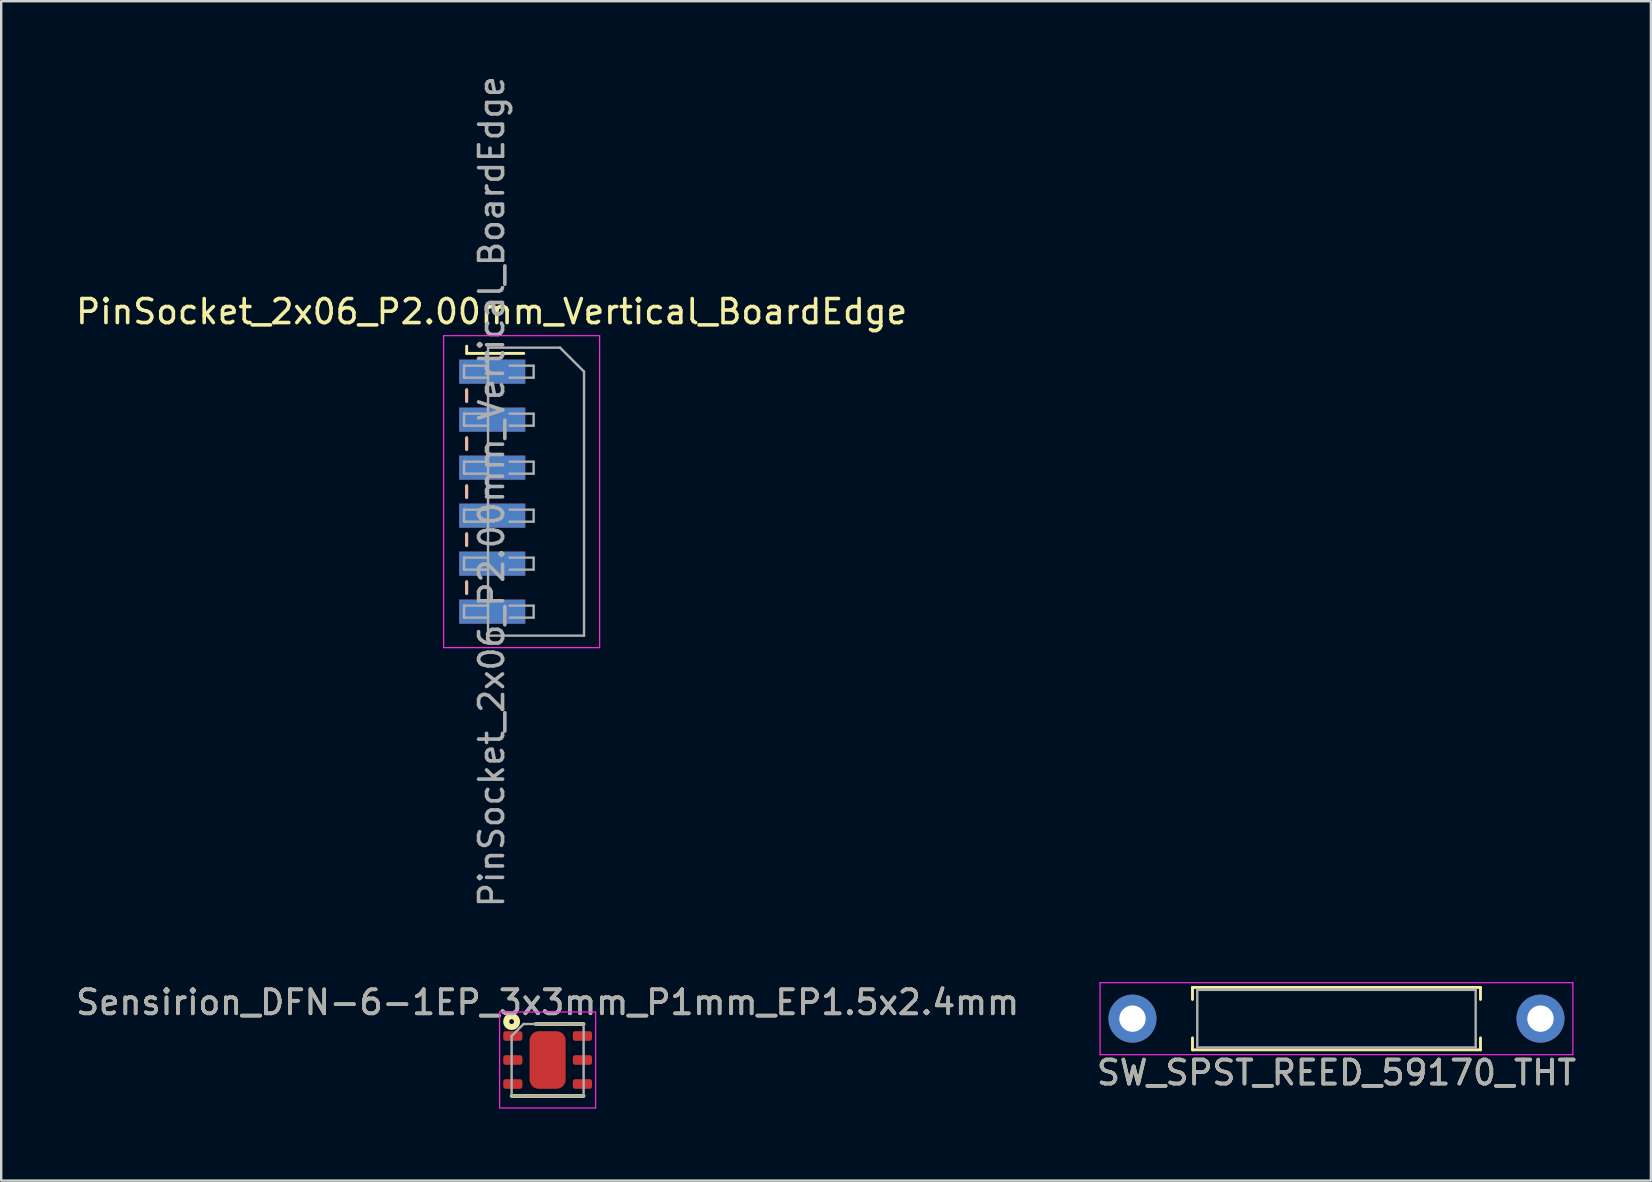
<source format=kicad_pcb>
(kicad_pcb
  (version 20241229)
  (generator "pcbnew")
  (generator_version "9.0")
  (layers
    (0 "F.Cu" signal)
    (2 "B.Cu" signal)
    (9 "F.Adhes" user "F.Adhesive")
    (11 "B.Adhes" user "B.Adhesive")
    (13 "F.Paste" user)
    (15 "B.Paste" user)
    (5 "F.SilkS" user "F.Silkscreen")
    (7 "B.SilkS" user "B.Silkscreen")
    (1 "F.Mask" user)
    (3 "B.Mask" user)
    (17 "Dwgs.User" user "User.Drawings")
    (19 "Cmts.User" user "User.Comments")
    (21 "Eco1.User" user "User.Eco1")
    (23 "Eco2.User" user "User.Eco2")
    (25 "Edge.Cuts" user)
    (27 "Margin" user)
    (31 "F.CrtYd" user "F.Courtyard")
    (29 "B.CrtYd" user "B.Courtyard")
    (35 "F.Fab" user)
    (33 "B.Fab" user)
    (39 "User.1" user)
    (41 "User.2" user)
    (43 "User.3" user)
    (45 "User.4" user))
  (footprint "SW_SPST_REED_59170_THT"
    (layer "F.Cu")
    (at 52.637 39.394)
    (property "Reference" "SW_SPST_REED_59170_THT" (at 0 2.25 0) (layer "F.SilkS") (effects (font (size 1 1) (thickness 0.15))))
    (attr through_hole)
    (fp_line (start -6 -1.3) (end -6 -0.8) (stroke (width 0.12) (type solid)) (layer "F.SilkS"))
    (fp_line (start -6 0.8) (end -6 1.3) (stroke (width 0.12) (type solid)) (layer "F.SilkS"))
    (fp_line (start -6 1.3) (end 6 1.3) (stroke (width 0.12) (type solid)) (layer "F.SilkS"))
    (fp_line (start 6 -1.3) (end -6 -1.3) (stroke (width 0.12) (type solid)) (layer "F.SilkS"))
    (fp_line (start 6 -0.8) (end 6 -1.3) (stroke (width 0.12) (type solid)) (layer "F.SilkS"))
    (fp_line (start 6 1.3) (end 6 0.8) (stroke (width 0.12) (type solid)) (layer "F.SilkS"))
    (fp_line (start -9.85 -1.5) (end 9.85 -1.5) (stroke (width 0.05) (type solid)) (layer "F.CrtYd"))
    (fp_line (start -9.85 1.5) (end -9.85 -1.5) (stroke (width 0.05) (type solid)) (layer "F.CrtYd"))
    (fp_line (start 9.85 -1.5) (end 9.85 1.5) (stroke (width 0.05) (type solid)) (layer "F.CrtYd"))
    (fp_line (start 9.85 1.5) (end -9.85 1.5) (stroke (width 0.05) (type solid)) (layer "F.CrtYd"))
    (fp_line (start -5.8 -1.2) (end 5.8 -1.2) (stroke (width 0.1) (type solid)) (layer "F.Fab"))
    (fp_line (start -5.8 1.2) (end -5.8 -1.2) (stroke (width 0.1) (type solid)) (layer "F.Fab"))
    (fp_line (start 5.8 -1.2) (end 5.8 1.2) (stroke (width 0.1) (type solid)) (layer "F.Fab"))
    (fp_line (start 5.8 1.2) (end -5.8 1.2) (stroke (width 0.1) (type solid)) (layer "F.Fab"))
    (fp_text user "${REFERENCE}" (at 0 2.25 0) (layer "F.Fab") (effects (font (size 1 1) (thickness 0.15))))
    (pad "1" thru_hole circle (at -8.5 0 90) (size 2 2) (drill 1.1) (layers "*.Cu" "*.Mask"))
    (pad "2" thru_hole circle (at 8.5 0 90) (size 2 2) (drill 1.1) (layers "*.Cu" "*.Mask")))
  (footprint "Sensirion_DFN-6-1EP_3x3mm_P1mm_EP1.5x2.4mm"
    (layer "F.Cu")
    (at 19.768 41.117)
    (property "Reference" "Sensirion_DFN-6-1EP_3x3mm_P1mm_EP1.5x2.4mm" (at 0 -2.4 0) (layer "F.SilkS") (effects (font (size 1 1) (thickness 0.15))))
    (attr smd)
    (fp_line (start -1.5 1.5) (end 1.5 1.5) (stroke (width 0.15) (type solid)) (layer "F.SilkS"))
    (fp_line (start -0.5 -1.5) (end 1.5 -1.5) (stroke (width 0.15) (type solid)) (layer "F.SilkS"))
    (fp_circle (center -1.5 -1.6) (end -1.4 -1.6) (stroke (width 0.25) (type solid)) (fill no) (layer "F.SilkS"))
    (fp_line (start -2 -2) (end -2 2) (stroke (width 0.05) (type solid)) (layer "F.CrtYd"))
    (fp_line (start -2 2) (end 2 2) (stroke (width 0.05) (type solid)) (layer "F.CrtYd"))
    (fp_line (start 2 -2) (end -2 -2) (stroke (width 0.05) (type solid)) (layer "F.CrtYd"))
    (fp_line (start 2 2) (end 2 -2) (stroke (width 0.05) (type solid)) (layer "F.CrtYd"))
    (fp_line (start -1.5 -1) (end -1 -1.5) (stroke (width 0.1) (type solid)) (layer "F.Fab"))
    (fp_line (start -1.5 1.5) (end -1.5 -1) (stroke (width 0.1) (type solid)) (layer "F.Fab"))
    (fp_line (start -1 -1.5) (end 1.5 -1.5) (stroke (width 0.1) (type solid)) (layer "F.Fab"))
    (fp_line (start 1.5 -1.5) (end 1.5 1.5) (stroke (width 0.1) (type solid)) (layer "F.Fab"))
    (fp_line (start 1.5 1.5) (end -1.5 1.5) (stroke (width 0.1) (type solid)) (layer "F.Fab"))
    (fp_text user "${REFERENCE}" (at 0 -2.4 0) (layer "F.Fab") (effects (font (size 1 1) (thickness 0.15))))
    (pad "1" smd roundrect (at -1.45 -1) (size 0.8 0.4) (layers "F.Cu" "F.Mask" "F.Paste") (roundrect_rratio 0.25))
    (pad "2" smd roundrect (at -1.45 0) (size 0.8 0.4) (layers "F.Cu" "F.Mask" "F.Paste") (roundrect_rratio 0.25))
    (pad "3" smd roundrect (at -1.45 1) (size 0.8 0.4) (layers "F.Cu" "F.Mask" "F.Paste") (roundrect_rratio 0.25))
    (pad "4" smd roundrect (at 1.45 1) (size 0.8 0.4) (layers "F.Cu" "F.Mask" "F.Paste") (roundrect_rratio 0.25))
    (pad "5" smd roundrect (at 1.45 0) (size 0.8 0.4) (layers "F.Cu" "F.Mask" "F.Paste") (roundrect_rratio 0.25))
    (pad "6" smd roundrect (at 1.45 -1) (size 0.8 0.4) (layers "F.Cu" "F.Mask" "F.Paste") (roundrect_rratio 0.25))
    (pad "7" smd roundrect (at 0 0) (size 1.5 2.4) (layers "F.Cu" "F.Mask" "F.Paste") (roundrect_rratio 0.25)))
  (footprint "PinSocket_2x06_P2.00mm_Vertical_BoardEdge"
    (layer "F.Cu")
    (at 17.435 17.435)
    (property "Reference" "PinSocket_2x06_P2.00mm_Vertical_BoardEdge" (at 0 -7.5 0) (layer "F.SilkS") (effects (font (size 1 1) (thickness 0.15))))
    (attr smd)
    (fp_line (start -1.04 -6.06) (end -1.04 -5.76) (stroke (width 0.12) (type solid)) (layer "F.SilkS"))
    (fp_line (start -1.04 -5.76) (end 1.34 -5.76) (stroke (width 0.12) (type solid)) (layer "F.SilkS"))
    (fp_line (start -1.04 -4.24) (end -1.04 -3.76) (stroke (width 0.12) (type solid)) (layer "F.SilkS"))
    (fp_line (start -1.04 -2.24) (end -1.04 -1.76) (stroke (width 0.12) (type solid)) (layer "F.SilkS"))
    (fp_line (start -1.04 -0.24) (end -1.04 0.24) (stroke (width 0.12) (type solid)) (layer "F.SilkS"))
    (fp_line (start -1.04 1.76) (end -1.04 2.24) (stroke (width 0.12) (type solid)) (layer "F.SilkS"))
    (fp_line (start -1.04 3.76) (end -1.04 4.24) (stroke (width 0.12) (type solid)) (layer "F.SilkS"))
    (fp_line (start -1.04 -3.76) (end -1.04 -4.24) (stroke (width 0.12) (type solid)) (layer "B.SilkS"))
    (fp_line (start -1.04 -1.76) (end -1.04 -2.24) (stroke (width 0.12) (type solid)) (layer "B.SilkS"))
    (fp_line (start -1.04 0.24) (end -1.04 -0.24) (stroke (width 0.12) (type solid)) (layer "B.SilkS"))
    (fp_line (start -1.04 2.24) (end -1.04 1.76) (stroke (width 0.12) (type solid)) (layer "B.SilkS"))
    (fp_line (start -1.04 4.24) (end -1.04 3.76) (stroke (width 0.12) (type solid)) (layer "B.SilkS"))
    (fp_line (start -2 -6.5) (end 4.5 -6.5) (stroke (width 0.05) (type solid)) (layer "F.CrtYd"))
    (fp_line (start -2 6.5) (end -2 -6.5) (stroke (width 0.05) (type solid)) (layer "F.CrtYd"))
    (fp_line (start 4.5 -6.5) (end 4.5 6.5) (stroke (width 0.05) (type solid)) (layer "F.CrtYd"))
    (fp_line (start 4.5 6.5) (end -2 6.5) (stroke (width 0.05) (type solid)) (layer "F.CrtYd"))
    (fp_line (start -1.15 -5.25) (end -0.15 -5.25) (stroke (width 0.1) (type solid)) (layer "F.Fab"))
    (fp_line (start -1.15 -4.75) (end -1.15 -5.25) (stroke (width 0.1) (type solid)) (layer "F.Fab"))
    (fp_line (start -1.15 -3.25) (end -0.15 -3.25) (stroke (width 0.1) (type solid)) (layer "F.Fab"))
    (fp_line (start -1.15 -2.75) (end -1.15 -3.25) (stroke (width 0.1) (type solid)) (layer "F.Fab"))
    (fp_line (start -1.15 -1.25) (end -0.15 -1.25) (stroke (width 0.1) (type solid)) (layer "F.Fab"))
    (fp_line (start -1.15 -0.75) (end -1.15 -1.25) (stroke (width 0.1) (type solid)) (layer "F.Fab"))
    (fp_line (start -1.15 0.75) (end -0.15 0.75) (stroke (width 0.1) (type solid)) (layer "F.Fab"))
    (fp_line (start -1.15 1.25) (end -1.15 0.75) (stroke (width 0.1) (type solid)) (layer "F.Fab"))
    (fp_line (start -1.15 2.75) (end -0.15 2.75) (stroke (width 0.1) (type solid)) (layer "F.Fab"))
    (fp_line (start -1.15 3.25) (end -1.15 2.75) (stroke (width 0.1) (type solid)) (layer "F.Fab"))
    (fp_line (start -1.15 4.75) (end -0.15 4.75) (stroke (width 0.1) (type solid)) (layer "F.Fab"))
    (fp_line (start -1.15 5.25) (end -1.15 4.75) (stroke (width 0.1) (type solid)) (layer "F.Fab"))
    (fp_line (start -0.15 -6) (end 2.85 -6) (stroke (width 0.1) (type solid)) (layer "F.Fab"))
    (fp_line (start -0.15 -4.75) (end -1.15 -4.75) (stroke (width 0.1) (type solid)) (layer "F.Fab"))
    (fp_line (start -0.15 -2.75) (end -1.15 -2.75) (stroke (width 0.1) (type solid)) (layer "F.Fab"))
    (fp_line (start -0.15 -0.75) (end -1.15 -0.75) (stroke (width 0.1) (type solid)) (layer "F.Fab"))
    (fp_line (start -0.15 1.25) (end -1.15 1.25) (stroke (width 0.1) (type solid)) (layer "F.Fab"))
    (fp_line (start -0.15 3.25) (end -1.15 3.25) (stroke (width 0.1) (type solid)) (layer "F.Fab"))
    (fp_line (start -0.15 5.25) (end -1.15 5.25) (stroke (width 0.1) (type solid)) (layer "F.Fab"))
    (fp_line (start -0.15 6) (end -0.15 -6) (stroke (width 0.1) (type solid)) (layer "F.Fab"))
    (fp_line (start 0.75 -5.25) (end 1.75 -5.25) (stroke (width 0.1) (type solid)) (layer "F.Fab"))
    (fp_line (start 0.75 -3.25) (end 1.75 -3.25) (stroke (width 0.1) (type solid)) (layer "F.Fab"))
    (fp_line (start 0.75 -1.25) (end 1.75 -1.25) (stroke (width 0.1) (type solid)) (layer "F.Fab"))
    (fp_line (start 0.75 0.75) (end 1.75 0.75) (stroke (width 0.1) (type solid)) (layer "F.Fab"))
    (fp_line (start 0.75 2.75) (end 1.75 2.75) (stroke (width 0.1) (type solid)) (layer "F.Fab"))
    (fp_line (start 0.75 4.75) (end 1.75 4.75) (stroke (width 0.1) (type solid)) (layer "F.Fab"))
    (fp_line (start 1.75 -5.25) (end 1.75 -4.75) (stroke (width 0.1) (type solid)) (layer "F.Fab"))
    (fp_line (start 1.75 -4.75) (end 0.75 -4.75) (stroke (width 0.1) (type solid)) (layer "F.Fab"))
    (fp_line (start 1.75 -3.25) (end 1.75 -2.75) (stroke (width 0.1) (type solid)) (layer "F.Fab"))
    (fp_line (start 1.75 -2.75) (end 0.75 -2.75) (stroke (width 0.1) (type solid)) (layer "F.Fab"))
    (fp_line (start 1.75 -1.25) (end 1.75 -0.75) (stroke (width 0.1) (type solid)) (layer "F.Fab"))
    (fp_line (start 1.75 -0.75) (end 0.75 -0.75) (stroke (width 0.1) (type solid)) (layer "F.Fab"))
    (fp_line (start 1.75 0.75) (end 1.75 1.25) (stroke (width 0.1) (type solid)) (layer "F.Fab"))
    (fp_line (start 1.75 1.25) (end 0.75 1.25) (stroke (width 0.1) (type solid)) (layer "F.Fab"))
    (fp_line (start 1.75 2.75) (end 1.75 3.25) (stroke (width 0.1) (type solid)) (layer "F.Fab"))
    (fp_line (start 1.75 3.25) (end 0.75 3.25) (stroke (width 0.1) (type solid)) (layer "F.Fab"))
    (fp_line (start 1.75 4.75) (end 1.75 5.25) (stroke (width 0.1) (type solid)) (layer "F.Fab"))
    (fp_line (start 1.75 5.25) (end 0.75 5.25) (stroke (width 0.1) (type solid)) (layer "F.Fab"))
    (fp_line (start 2.85 -6) (end 3.85 -5) (stroke (width 0.1) (type solid)) (layer "F.Fab"))
    (fp_line (start 3.85 -5) (end 3.85 6) (stroke (width 0.1) (type solid)) (layer "F.Fab"))
    (fp_line (start 3.85 6) (end -0.15 6) (stroke (width 0.1) (type solid)) (layer "F.Fab"))
    (fp_text user "${REFERENCE}" (at 0 0 90) (layer "F.Fab") (effects (font (size 1 1) (thickness 0.15))))
    (pad "1" smd rect (at 0.025 -5) (size 2.75 1) (layers "F.Cu" "F.Mask" "F.Paste"))
    (pad "2" smd rect (at 0.025 -5) (size 2.75 1) (layers "B.Cu" "B.Mask" "B.Paste"))
    (pad "3" smd rect (at 0.025 -3) (size 2.75 1) (layers "F.Cu" "F.Mask" "F.Paste"))
    (pad "4" smd rect (at 0.025 -3) (size 2.75 1) (layers "B.Cu" "B.Mask" "B.Paste"))
    (pad "5" smd rect (at 0.025 -1) (size 2.75 1) (layers "F.Cu" "F.Mask" "F.Paste"))
    (pad "6" smd rect (at 0.025 -1) (size 2.75 1) (layers "B.Cu" "B.Mask" "B.Paste"))
    (pad "7" smd rect (at 0.025 1) (size 2.75 1) (layers "F.Cu" "F.Mask" "F.Paste"))
    (pad "8" smd rect (at 0.025 1) (size 2.75 1) (layers "B.Cu" "B.Mask" "B.Paste"))
    (pad "9" smd rect (at 0.025 3) (size 2.75 1) (layers "F.Cu" "F.Mask" "F.Paste"))
    (pad "10" smd rect (at 0.025 3) (size 2.75 1) (layers "B.Cu" "B.Mask" "B.Paste"))
    (pad "11" smd rect (at 0.025 5) (size 2.75 1) (layers "F.Cu" "F.Mask" "F.Paste"))
    (pad "12" smd rect (at 0.025 5) (size 2.75 1) (layers "B.Cu" "B.Mask" "B.Paste")))
  (gr_rect
    (start -3 -3)
    (end 65.738 46.142)
    (stroke (width 0.1) (type default))
    (fill no)
    (layer "Edge.Cuts")))
</source>
